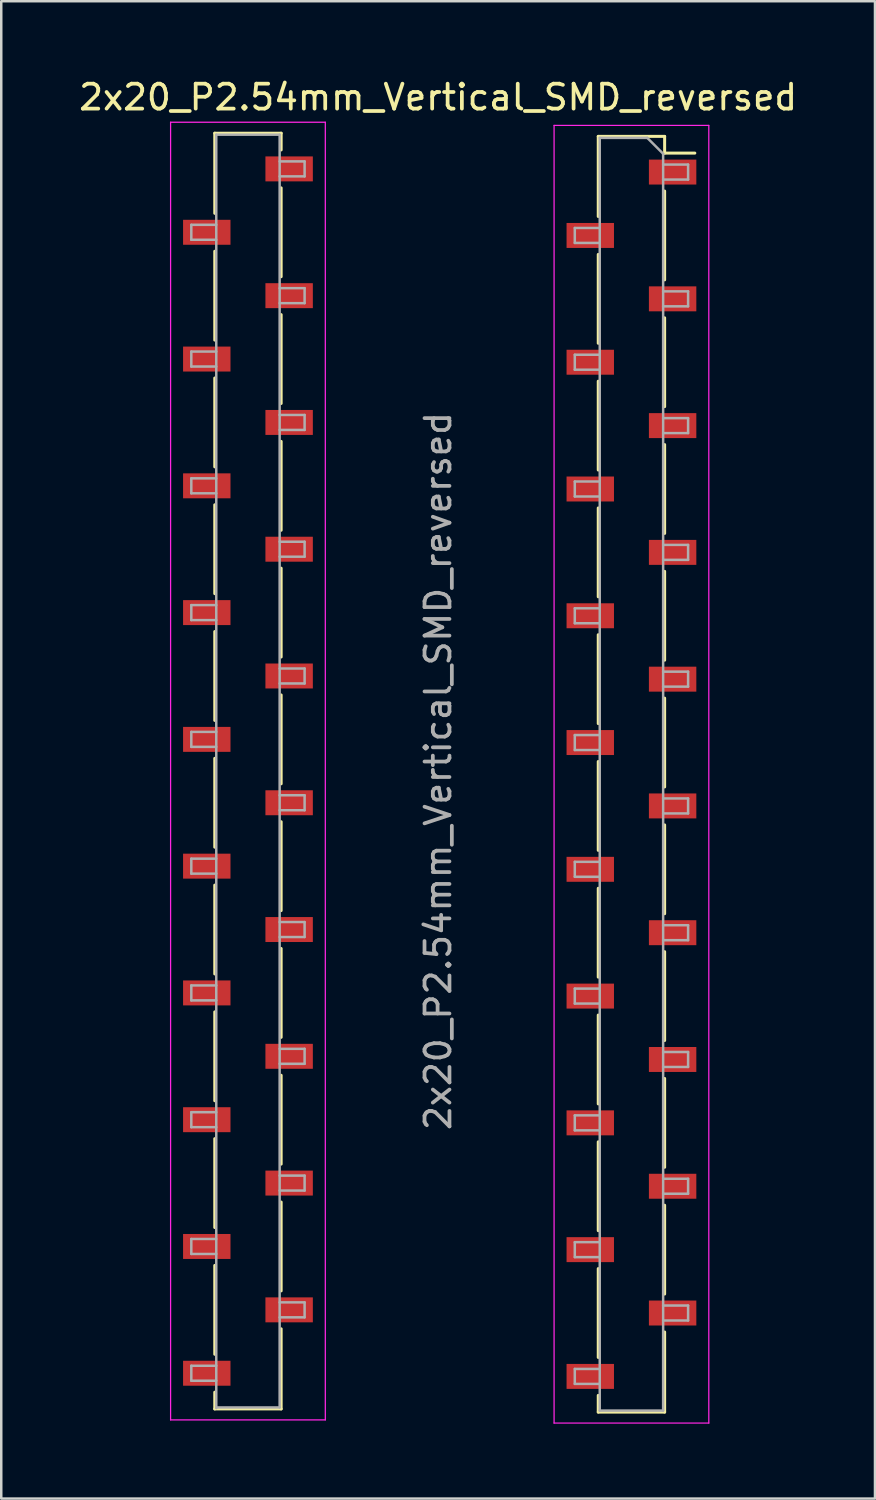
<source format=kicad_pcb>
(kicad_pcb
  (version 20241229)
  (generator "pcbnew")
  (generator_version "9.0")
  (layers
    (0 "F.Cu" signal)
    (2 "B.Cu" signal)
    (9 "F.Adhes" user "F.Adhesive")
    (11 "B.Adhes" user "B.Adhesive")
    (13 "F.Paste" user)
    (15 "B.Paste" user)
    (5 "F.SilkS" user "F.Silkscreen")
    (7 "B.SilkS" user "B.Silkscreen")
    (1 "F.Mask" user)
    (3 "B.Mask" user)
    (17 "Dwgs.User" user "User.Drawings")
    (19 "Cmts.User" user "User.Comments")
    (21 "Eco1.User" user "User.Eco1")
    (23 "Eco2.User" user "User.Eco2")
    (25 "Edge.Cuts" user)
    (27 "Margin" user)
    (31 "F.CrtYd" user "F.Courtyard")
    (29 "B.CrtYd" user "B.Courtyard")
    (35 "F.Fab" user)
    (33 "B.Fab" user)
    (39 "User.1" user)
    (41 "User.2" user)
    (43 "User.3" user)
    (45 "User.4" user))
  (footprint "2x20_P2.54mm_Vertical_SMD_reversed"
    (layer "F.Cu")
    (at 14.506 27.848)
    (property "Reference" "2x20_P2.54mm_Vertical_SMD_reversed" (at 0 -27 180) (layer "F.SilkS") (effects (font (size 1 1) (thickness 0.15))))
    (attr smd)
    (fp_line (start -8.95 -25.56) (end -6.29 -25.56) (stroke (width 0.12) (type solid)) (layer "F.SilkS"))
    (fp_line (start -8.95 -22.35) (end -8.95 -25.56) (stroke (width 0.12) (type solid)) (layer "F.SilkS"))
    (fp_line (start -8.95 -17.27) (end -8.95 -20.83) (stroke (width 0.12) (type solid)) (layer "F.SilkS"))
    (fp_line (start -8.95 -12.19) (end -8.95 -15.75) (stroke (width 0.12) (type solid)) (layer "F.SilkS"))
    (fp_line (start -8.95 -7.11) (end -8.95 -10.67) (stroke (width 0.12) (type solid)) (layer "F.SilkS"))
    (fp_line (start -8.95 -2.03) (end -8.95 -5.59) (stroke (width 0.12) (type solid)) (layer "F.SilkS"))
    (fp_line (start -8.95 3.05) (end -8.95 -0.51) (stroke (width 0.12) (type solid)) (layer "F.SilkS"))
    (fp_line (start -8.95 8.13) (end -8.95 4.57) (stroke (width 0.12) (type solid)) (layer "F.SilkS"))
    (fp_line (start -8.95 13.21) (end -8.95 9.65) (stroke (width 0.12) (type solid)) (layer "F.SilkS"))
    (fp_line (start -8.95 18.29) (end -8.95 14.73) (stroke (width 0.12) (type solid)) (layer "F.SilkS"))
    (fp_line (start -8.95 23.37) (end -8.95 19.81) (stroke (width 0.12) (type solid)) (layer "F.SilkS"))
    (fp_line (start -8.95 25.56) (end -8.95 24.89) (stroke (width 0.12) (type solid)) (layer "F.SilkS"))
    (fp_line (start -8.95 25.56) (end -6.29 25.56) (stroke (width 0.12) (type solid)) (layer "F.SilkS"))
    (fp_line (start -6.29 -24.89) (end -6.29 -25.56) (stroke (width 0.12) (type solid)) (layer "F.SilkS"))
    (fp_line (start -6.29 -19.81) (end -6.29 -23.37) (stroke (width 0.12) (type solid)) (layer "F.SilkS"))
    (fp_line (start -6.29 -14.73) (end -6.29 -18.29) (stroke (width 0.12) (type solid)) (layer "F.SilkS"))
    (fp_line (start -6.29 -9.65) (end -6.29 -13.21) (stroke (width 0.12) (type solid)) (layer "F.SilkS"))
    (fp_line (start -6.29 -4.57) (end -6.29 -8.13) (stroke (width 0.12) (type solid)) (layer "F.SilkS"))
    (fp_line (start -6.29 0.51) (end -6.29 -3.05) (stroke (width 0.12) (type solid)) (layer "F.SilkS"))
    (fp_line (start -6.29 5.59) (end -6.29 2.03) (stroke (width 0.12) (type solid)) (layer "F.SilkS"))
    (fp_line (start -6.29 10.67) (end -6.29 7.11) (stroke (width 0.12) (type solid)) (layer "F.SilkS"))
    (fp_line (start -6.29 15.75) (end -6.29 12.19) (stroke (width 0.12) (type solid)) (layer "F.SilkS"))
    (fp_line (start -6.29 20.83) (end -6.29 17.27) (stroke (width 0.12) (type solid)) (layer "F.SilkS"))
    (fp_line (start -6.29 25.56) (end -6.29 22.35) (stroke (width 0.12) (type solid)) (layer "F.SilkS"))
    (fp_line (start 6.417 -25.433) (end 6.417 -22.223) (stroke (width 0.12) (type solid)) (layer "F.SilkS"))
    (fp_line (start 6.417 -20.703) (end 6.417 -17.143) (stroke (width 0.12) (type solid)) (layer "F.SilkS"))
    (fp_line (start 6.417 -15.623) (end 6.417 -12.063) (stroke (width 0.12) (type solid)) (layer "F.SilkS"))
    (fp_line (start 6.417 -10.543) (end 6.417 -6.983) (stroke (width 0.12) (type solid)) (layer "F.SilkS"))
    (fp_line (start 6.417 -5.463) (end 6.417 -1.903) (stroke (width 0.12) (type solid)) (layer "F.SilkS"))
    (fp_line (start 6.417 -0.383) (end 6.417 3.177) (stroke (width 0.12) (type solid)) (layer "F.SilkS"))
    (fp_line (start 6.417 4.697) (end 6.417 8.257) (stroke (width 0.12) (type solid)) (layer "F.SilkS"))
    (fp_line (start 6.417 9.777) (end 6.417 13.337) (stroke (width 0.12) (type solid)) (layer "F.SilkS"))
    (fp_line (start 6.417 14.857) (end 6.417 18.417) (stroke (width 0.12) (type solid)) (layer "F.SilkS"))
    (fp_line (start 6.417 19.937) (end 6.417 23.497) (stroke (width 0.12) (type solid)) (layer "F.SilkS"))
    (fp_line (start 6.417 25.017) (end 6.417 25.687) (stroke (width 0.12) (type solid)) (layer "F.SilkS"))
    (fp_line (start 9.077 -25.433) (end 6.417 -25.433) (stroke (width 0.12) (type solid)) (layer "F.SilkS"))
    (fp_line (start 9.077 -25.433) (end 9.077 -24.763) (stroke (width 0.12) (type solid)) (layer "F.SilkS"))
    (fp_line (start 9.077 -23.243) (end 9.077 -19.683) (stroke (width 0.12) (type solid)) (layer "F.SilkS"))
    (fp_line (start 9.077 -18.163) (end 9.077 -14.603) (stroke (width 0.12) (type solid)) (layer "F.SilkS"))
    (fp_line (start 9.077 -13.083) (end 9.077 -9.523) (stroke (width 0.12) (type solid)) (layer "F.SilkS"))
    (fp_line (start 9.077 -8.003) (end 9.077 -4.443) (stroke (width 0.12) (type solid)) (layer "F.SilkS"))
    (fp_line (start 9.077 -2.923) (end 9.077 0.637) (stroke (width 0.12) (type solid)) (layer "F.SilkS"))
    (fp_line (start 9.077 2.157) (end 9.077 5.717) (stroke (width 0.12) (type solid)) (layer "F.SilkS"))
    (fp_line (start 9.077 7.237) (end 9.077 10.797) (stroke (width 0.12) (type solid)) (layer "F.SilkS"))
    (fp_line (start 9.077 12.317) (end 9.077 15.877) (stroke (width 0.12) (type solid)) (layer "F.SilkS"))
    (fp_line (start 9.077 17.397) (end 9.077 20.957) (stroke (width 0.12) (type solid)) (layer "F.SilkS"))
    (fp_line (start 9.077 22.477) (end 9.077 25.687) (stroke (width 0.12) (type solid)) (layer "F.SilkS"))
    (fp_line (start 9.077 25.687) (end 6.417 25.687) (stroke (width 0.12) (type solid)) (layer "F.SilkS"))
    (fp_line (start 10.287 -24.763) (end 9.077 -24.763) (stroke (width 0.12) (type solid)) (layer "F.SilkS"))
    (fp_line (start -10.72 -26) (end -10.72 26) (stroke (width 0.05) (type solid)) (layer "F.CrtYd"))
    (fp_line (start -10.72 26) (end -4.52 26) (stroke (width 0.05) (type solid)) (layer "F.CrtYd"))
    (fp_line (start -4.52 -26) (end -10.72 -26) (stroke (width 0.05) (type solid)) (layer "F.CrtYd"))
    (fp_line (start -4.52 26) (end -4.52 -26) (stroke (width 0.05) (type solid)) (layer "F.CrtYd"))
    (fp_line (start 4.647 -25.873) (end 4.647 26.127) (stroke (width 0.05) (type solid)) (layer "F.CrtYd"))
    (fp_line (start 4.647 26.127) (end 10.847 26.127) (stroke (width 0.05) (type solid)) (layer "F.CrtYd"))
    (fp_line (start 10.847 -25.873) (end 4.647 -25.873) (stroke (width 0.05) (type solid)) (layer "F.CrtYd"))
    (fp_line (start 10.847 26.127) (end 10.847 -25.873) (stroke (width 0.05) (type solid)) (layer "F.CrtYd"))
    (fp_line (start -9.89 -21.89) (end -9.89 -21.29) (stroke (width 0.1) (type solid)) (layer "F.Fab"))
    (fp_line (start -9.89 -21.29) (end -8.89 -21.29) (stroke (width 0.1) (type solid)) (layer "F.Fab"))
    (fp_line (start -9.89 -16.81) (end -9.89 -16.21) (stroke (width 0.1) (type solid)) (layer "F.Fab"))
    (fp_line (start -9.89 -16.21) (end -8.89 -16.21) (stroke (width 0.1) (type solid)) (layer "F.Fab"))
    (fp_line (start -9.89 -11.73) (end -9.89 -11.13) (stroke (width 0.1) (type solid)) (layer "F.Fab"))
    (fp_line (start -9.89 -11.13) (end -8.89 -11.13) (stroke (width 0.1) (type solid)) (layer "F.Fab"))
    (fp_line (start -9.89 -6.65) (end -9.89 -6.05) (stroke (width 0.1) (type solid)) (layer "F.Fab"))
    (fp_line (start -9.89 -6.05) (end -8.89 -6.05) (stroke (width 0.1) (type solid)) (layer "F.Fab"))
    (fp_line (start -9.89 -1.57) (end -9.89 -0.97) (stroke (width 0.1) (type solid)) (layer "F.Fab"))
    (fp_line (start -9.89 -0.97) (end -8.89 -0.97) (stroke (width 0.1) (type solid)) (layer "F.Fab"))
    (fp_line (start -9.89 3.51) (end -9.89 4.11) (stroke (width 0.1) (type solid)) (layer "F.Fab"))
    (fp_line (start -9.89 4.11) (end -8.89 4.11) (stroke (width 0.1) (type solid)) (layer "F.Fab"))
    (fp_line (start -9.89 8.59) (end -9.89 9.19) (stroke (width 0.1) (type solid)) (layer "F.Fab"))
    (fp_line (start -9.89 9.19) (end -8.89 9.19) (stroke (width 0.1) (type solid)) (layer "F.Fab"))
    (fp_line (start -9.89 13.67) (end -9.89 14.27) (stroke (width 0.1) (type solid)) (layer "F.Fab"))
    (fp_line (start -9.89 14.27) (end -8.89 14.27) (stroke (width 0.1) (type solid)) (layer "F.Fab"))
    (fp_line (start -9.89 18.75) (end -9.89 19.35) (stroke (width 0.1) (type solid)) (layer "F.Fab"))
    (fp_line (start -9.89 19.35) (end -8.89 19.35) (stroke (width 0.1) (type solid)) (layer "F.Fab"))
    (fp_line (start -9.89 23.83) (end -9.89 24.43) (stroke (width 0.1) (type solid)) (layer "F.Fab"))
    (fp_line (start -9.89 24.43) (end -8.89 24.43) (stroke (width 0.1) (type solid)) (layer "F.Fab"))
    (fp_line (start -8.89 -25.5) (end -8.89 25.527) (stroke (width 0.1) (type solid)) (layer "F.Fab"))
    (fp_line (start -8.89 -21.89) (end -9.89 -21.89) (stroke (width 0.1) (type solid)) (layer "F.Fab"))
    (fp_line (start -8.89 -16.81) (end -9.89 -16.81) (stroke (width 0.1) (type solid)) (layer "F.Fab"))
    (fp_line (start -8.89 -11.73) (end -9.89 -11.73) (stroke (width 0.1) (type solid)) (layer "F.Fab"))
    (fp_line (start -8.89 -6.65) (end -9.89 -6.65) (stroke (width 0.1) (type solid)) (layer "F.Fab"))
    (fp_line (start -8.89 -1.57) (end -9.89 -1.57) (stroke (width 0.1) (type solid)) (layer "F.Fab"))
    (fp_line (start -8.89 3.51) (end -9.89 3.51) (stroke (width 0.1) (type solid)) (layer "F.Fab"))
    (fp_line (start -8.89 8.59) (end -9.89 8.59) (stroke (width 0.1) (type solid)) (layer "F.Fab"))
    (fp_line (start -8.89 13.67) (end -9.89 13.67) (stroke (width 0.1) (type solid)) (layer "F.Fab"))
    (fp_line (start -8.89 18.75) (end -9.89 18.75) (stroke (width 0.1) (type solid)) (layer "F.Fab"))
    (fp_line (start -8.89 23.83) (end -9.89 23.83) (stroke (width 0.1) (type solid)) (layer "F.Fab"))
    (fp_line (start -8.89 25.5) (end -6.35 25.5) (stroke (width 0.1) (type solid)) (layer "F.Fab"))
    (fp_line (start -6.35 -25.5) (end -8.89 -25.5) (stroke (width 0.1) (type solid)) (layer "F.Fab"))
    (fp_line (start -6.35 -23.83) (end -5.35 -23.83) (stroke (width 0.1) (type solid)) (layer "F.Fab"))
    (fp_line (start -6.35 -18.75) (end -5.35 -18.75) (stroke (width 0.1) (type solid)) (layer "F.Fab"))
    (fp_line (start -6.35 -13.67) (end -5.35 -13.67) (stroke (width 0.1) (type solid)) (layer "F.Fab"))
    (fp_line (start -6.35 -8.59) (end -5.35 -8.59) (stroke (width 0.1) (type solid)) (layer "F.Fab"))
    (fp_line (start -6.35 -3.51) (end -5.35 -3.51) (stroke (width 0.1) (type solid)) (layer "F.Fab"))
    (fp_line (start -6.35 1.57) (end -5.35 1.57) (stroke (width 0.1) (type solid)) (layer "F.Fab"))
    (fp_line (start -6.35 6.65) (end -5.35 6.65) (stroke (width 0.1) (type solid)) (layer "F.Fab"))
    (fp_line (start -6.35 11.73) (end -5.35 11.73) (stroke (width 0.1) (type solid)) (layer "F.Fab"))
    (fp_line (start -6.35 16.81) (end -5.35 16.81) (stroke (width 0.1) (type solid)) (layer "F.Fab"))
    (fp_line (start -6.35 21.89) (end -5.35 21.89) (stroke (width 0.1) (type solid)) (layer "F.Fab"))
    (fp_line (start -6.35 25.5) (end -6.35 -25.5) (stroke (width 0.1) (type solid)) (layer "F.Fab"))
    (fp_line (start -5.35 -24.43) (end -6.35 -24.43) (stroke (width 0.1) (type solid)) (layer "F.Fab"))
    (fp_line (start -5.35 -23.83) (end -5.35 -24.43) (stroke (width 0.1) (type solid)) (layer "F.Fab"))
    (fp_line (start -5.35 -19.35) (end -6.35 -19.35) (stroke (width 0.1) (type solid)) (layer "F.Fab"))
    (fp_line (start -5.35 -18.75) (end -5.35 -19.35) (stroke (width 0.1) (type solid)) (layer "F.Fab"))
    (fp_line (start -5.35 -14.27) (end -6.35 -14.27) (stroke (width 0.1) (type solid)) (layer "F.Fab"))
    (fp_line (start -5.35 -13.67) (end -5.35 -14.27) (stroke (width 0.1) (type solid)) (layer "F.Fab"))
    (fp_line (start -5.35 -9.19) (end -6.35 -9.19) (stroke (width 0.1) (type solid)) (layer "F.Fab"))
    (fp_line (start -5.35 -8.59) (end -5.35 -9.19) (stroke (width 0.1) (type solid)) (layer "F.Fab"))
    (fp_line (start -5.35 -4.11) (end -6.35 -4.11) (stroke (width 0.1) (type solid)) (layer "F.Fab"))
    (fp_line (start -5.35 -3.51) (end -5.35 -4.11) (stroke (width 0.1) (type solid)) (layer "F.Fab"))
    (fp_line (start -5.35 0.97) (end -6.35 0.97) (stroke (width 0.1) (type solid)) (layer "F.Fab"))
    (fp_line (start -5.35 1.57) (end -5.35 0.97) (stroke (width 0.1) (type solid)) (layer "F.Fab"))
    (fp_line (start -5.35 6.05) (end -6.35 6.05) (stroke (width 0.1) (type solid)) (layer "F.Fab"))
    (fp_line (start -5.35 6.65) (end -5.35 6.05) (stroke (width 0.1) (type solid)) (layer "F.Fab"))
    (fp_line (start -5.35 11.13) (end -6.35 11.13) (stroke (width 0.1) (type solid)) (layer "F.Fab"))
    (fp_line (start -5.35 11.73) (end -5.35 11.13) (stroke (width 0.1) (type solid)) (layer "F.Fab"))
    (fp_line (start -5.35 16.21) (end -6.35 16.21) (stroke (width 0.1) (type solid)) (layer "F.Fab"))
    (fp_line (start -5.35 16.81) (end -5.35 16.21) (stroke (width 0.1) (type solid)) (layer "F.Fab"))
    (fp_line (start -5.35 21.29) (end -6.35 21.29) (stroke (width 0.1) (type solid)) (layer "F.Fab"))
    (fp_line (start -5.35 21.89) (end -5.35 21.29) (stroke (width 0.1) (type solid)) (layer "F.Fab"))
    (fp_line (start 5.477 -21.763) (end 5.477 -21.163) (stroke (width 0.1) (type solid)) (layer "F.Fab"))
    (fp_line (start 5.477 -21.163) (end 6.477 -21.163) (stroke (width 0.1) (type solid)) (layer "F.Fab"))
    (fp_line (start 5.477 -16.683) (end 5.477 -16.083) (stroke (width 0.1) (type solid)) (layer "F.Fab"))
    (fp_line (start 5.477 -16.083) (end 6.477 -16.083) (stroke (width 0.1) (type solid)) (layer "F.Fab"))
    (fp_line (start 5.477 -11.603) (end 5.477 -11.003) (stroke (width 0.1) (type solid)) (layer "F.Fab"))
    (fp_line (start 5.477 -11.003) (end 6.477 -11.003) (stroke (width 0.1) (type solid)) (layer "F.Fab"))
    (fp_line (start 5.477 -6.523) (end 5.477 -5.923) (stroke (width 0.1) (type solid)) (layer "F.Fab"))
    (fp_line (start 5.477 -5.923) (end 6.477 -5.923) (stroke (width 0.1) (type solid)) (layer "F.Fab"))
    (fp_line (start 5.477 -1.443) (end 5.477 -0.843) (stroke (width 0.1) (type solid)) (layer "F.Fab"))
    (fp_line (start 5.477 -0.843) (end 6.477 -0.843) (stroke (width 0.1) (type solid)) (layer "F.Fab"))
    (fp_line (start 5.477 3.637) (end 5.477 4.237) (stroke (width 0.1) (type solid)) (layer "F.Fab"))
    (fp_line (start 5.477 4.237) (end 6.477 4.237) (stroke (width 0.1) (type solid)) (layer "F.Fab"))
    (fp_line (start 5.477 8.717) (end 5.477 9.317) (stroke (width 0.1) (type solid)) (layer "F.Fab"))
    (fp_line (start 5.477 9.317) (end 6.477 9.317) (stroke (width 0.1) (type solid)) (layer "F.Fab"))
    (fp_line (start 5.477 13.797) (end 5.477 14.397) (stroke (width 0.1) (type solid)) (layer "F.Fab"))
    (fp_line (start 5.477 14.397) (end 6.477 14.397) (stroke (width 0.1) (type solid)) (layer "F.Fab"))
    (fp_line (start 5.477 18.877) (end 5.477 19.477) (stroke (width 0.1) (type solid)) (layer "F.Fab"))
    (fp_line (start 5.477 19.477) (end 6.477 19.477) (stroke (width 0.1) (type solid)) (layer "F.Fab"))
    (fp_line (start 5.477 23.957) (end 5.477 24.557) (stroke (width 0.1) (type solid)) (layer "F.Fab"))
    (fp_line (start 5.477 24.557) (end 6.477 24.557) (stroke (width 0.1) (type solid)) (layer "F.Fab"))
    (fp_line (start 6.477 -25.373) (end 6.477 25.627) (stroke (width 0.1) (type solid)) (layer "F.Fab"))
    (fp_line (start 6.477 -21.763) (end 5.477 -21.763) (stroke (width 0.1) (type solid)) (layer "F.Fab"))
    (fp_line (start 6.477 -16.683) (end 5.477 -16.683) (stroke (width 0.1) (type solid)) (layer "F.Fab"))
    (fp_line (start 6.477 -11.603) (end 5.477 -11.603) (stroke (width 0.1) (type solid)) (layer "F.Fab"))
    (fp_line (start 6.477 -6.523) (end 5.477 -6.523) (stroke (width 0.1) (type solid)) (layer "F.Fab"))
    (fp_line (start 6.477 -1.443) (end 5.477 -1.443) (stroke (width 0.1) (type solid)) (layer "F.Fab"))
    (fp_line (start 6.477 3.637) (end 5.477 3.637) (stroke (width 0.1) (type solid)) (layer "F.Fab"))
    (fp_line (start 6.477 8.717) (end 5.477 8.717) (stroke (width 0.1) (type solid)) (layer "F.Fab"))
    (fp_line (start 6.477 13.797) (end 5.477 13.797) (stroke (width 0.1) (type solid)) (layer "F.Fab"))
    (fp_line (start 6.477 18.877) (end 5.477 18.877) (stroke (width 0.1) (type solid)) (layer "F.Fab"))
    (fp_line (start 6.477 23.957) (end 5.477 23.957) (stroke (width 0.1) (type solid)) (layer "F.Fab"))
    (fp_line (start 6.477 25.627) (end 9.017 25.627) (stroke (width 0.1) (type solid)) (layer "F.Fab"))
    (fp_line (start 8.382 -25.373) (end 6.477 -25.373) (stroke (width 0.1) (type solid)) (layer "F.Fab"))
    (fp_line (start 9.017 -24.738) (end 8.382 -25.373) (stroke (width 0.1) (type solid)) (layer "F.Fab"))
    (fp_line (start 9.017 -23.703) (end 10.017 -23.703) (stroke (width 0.1) (type solid)) (layer "F.Fab"))
    (fp_line (start 9.017 -18.623) (end 10.017 -18.623) (stroke (width 0.1) (type solid)) (layer "F.Fab"))
    (fp_line (start 9.017 -13.543) (end 10.017 -13.543) (stroke (width 0.1) (type solid)) (layer "F.Fab"))
    (fp_line (start 9.017 -8.463) (end 10.017 -8.463) (stroke (width 0.1) (type solid)) (layer "F.Fab"))
    (fp_line (start 9.017 -3.383) (end 10.017 -3.383) (stroke (width 0.1) (type solid)) (layer "F.Fab"))
    (fp_line (start 9.017 1.697) (end 10.017 1.697) (stroke (width 0.1) (type solid)) (layer "F.Fab"))
    (fp_line (start 9.017 6.777) (end 10.017 6.777) (stroke (width 0.1) (type solid)) (layer "F.Fab"))
    (fp_line (start 9.017 11.857) (end 10.017 11.857) (stroke (width 0.1) (type solid)) (layer "F.Fab"))
    (fp_line (start 9.017 16.937) (end 10.017 16.937) (stroke (width 0.1) (type solid)) (layer "F.Fab"))
    (fp_line (start 9.017 22.017) (end 10.017 22.017) (stroke (width 0.1) (type solid)) (layer "F.Fab"))
    (fp_line (start 9.017 25.627) (end 9.017 -24.738) (stroke (width 0.1) (type solid)) (layer "F.Fab"))
    (fp_line (start 10.017 -24.303) (end 9.017 -24.303) (stroke (width 0.1) (type solid)) (layer "F.Fab"))
    (fp_line (start 10.017 -23.703) (end 10.017 -24.303) (stroke (width 0.1) (type solid)) (layer "F.Fab"))
    (fp_line (start 10.017 -19.223) (end 9.017 -19.223) (stroke (width 0.1) (type solid)) (layer "F.Fab"))
    (fp_line (start 10.017 -18.623) (end 10.017 -19.223) (stroke (width 0.1) (type solid)) (layer "F.Fab"))
    (fp_line (start 10.017 -14.143) (end 9.017 -14.143) (stroke (width 0.1) (type solid)) (layer "F.Fab"))
    (fp_line (start 10.017 -13.543) (end 10.017 -14.143) (stroke (width 0.1) (type solid)) (layer "F.Fab"))
    (fp_line (start 10.017 -9.063) (end 9.017 -9.063) (stroke (width 0.1) (type solid)) (layer "F.Fab"))
    (fp_line (start 10.017 -8.463) (end 10.017 -9.063) (stroke (width 0.1) (type solid)) (layer "F.Fab"))
    (fp_line (start 10.017 -3.983) (end 9.017 -3.983) (stroke (width 0.1) (type solid)) (layer "F.Fab"))
    (fp_line (start 10.017 -3.383) (end 10.017 -3.983) (stroke (width 0.1) (type solid)) (layer "F.Fab"))
    (fp_line (start 10.017 1.097) (end 9.017 1.097) (stroke (width 0.1) (type solid)) (layer "F.Fab"))
    (fp_line (start 10.017 1.697) (end 10.017 1.097) (stroke (width 0.1) (type solid)) (layer "F.Fab"))
    (fp_line (start 10.017 6.177) (end 9.017 6.177) (stroke (width 0.1) (type solid)) (layer "F.Fab"))
    (fp_line (start 10.017 6.777) (end 10.017 6.177) (stroke (width 0.1) (type solid)) (layer "F.Fab"))
    (fp_line (start 10.017 11.257) (end 9.017 11.257) (stroke (width 0.1) (type solid)) (layer "F.Fab"))
    (fp_line (start 10.017 11.857) (end 10.017 11.257) (stroke (width 0.1) (type solid)) (layer "F.Fab"))
    (fp_line (start 10.017 16.337) (end 9.017 16.337) (stroke (width 0.1) (type solid)) (layer "F.Fab"))
    (fp_line (start 10.017 16.937) (end 10.017 16.337) (stroke (width 0.1) (type solid)) (layer "F.Fab"))
    (fp_line (start 10.017 21.417) (end 9.017 21.417) (stroke (width 0.1) (type solid)) (layer "F.Fab"))
    (fp_line (start 10.017 22.017) (end 10.017 21.417) (stroke (width 0.1) (type solid)) (layer "F.Fab"))
    (fp_text user "${REFERENCE}" (at 0 0 90) (layer "F.Fab") (effects (font (size 1 1) (thickness 0.15))))
    (pad "1" smd rect (at 9.397 -24.003) (size 1.9 1) (layers "F.Cu" "F.Mask" "F.Paste"))
    (pad "2" smd rect (at 6.097 -21.463) (size 1.9 1) (layers "F.Cu" "F.Mask" "F.Paste"))
    (pad "3" smd rect (at 9.397 -18.923) (size 1.9 1) (layers "F.Cu" "F.Mask" "F.Paste"))
    (pad "4" smd rect (at 6.097 -16.383) (size 1.9 1) (layers "F.Cu" "F.Mask" "F.Paste"))
    (pad "5" smd rect (at 9.397 -13.843) (size 1.9 1) (layers "F.Cu" "F.Mask" "F.Paste"))
    (pad "6" smd rect (at 6.097 -11.303) (size 1.9 1) (layers "F.Cu" "F.Mask" "F.Paste"))
    (pad "7" smd rect (at 9.397 -8.763) (size 1.9 1) (layers "F.Cu" "F.Mask" "F.Paste"))
    (pad "8" smd rect (at 6.097 -6.223) (size 1.9 1) (layers "F.Cu" "F.Mask" "F.Paste"))
    (pad "9" smd rect (at 9.397 -3.683) (size 1.9 1) (layers "F.Cu" "F.Mask" "F.Paste"))
    (pad "10" smd rect (at 6.097 -1.143) (size 1.9 1) (layers "F.Cu" "F.Mask" "F.Paste"))
    (pad "11" smd rect (at 9.397 1.397) (size 1.9 1) (layers "F.Cu" "F.Mask" "F.Paste"))
    (pad "12" smd rect (at 6.097 3.937) (size 1.9 1) (layers "F.Cu" "F.Mask" "F.Paste"))
    (pad "13" smd rect (at 9.397 6.477) (size 1.9 1) (layers "F.Cu" "F.Mask" "F.Paste"))
    (pad "14" smd rect (at 6.097 9.017) (size 1.9 1) (layers "F.Cu" "F.Mask" "F.Paste"))
    (pad "15" smd rect (at 9.397 11.557) (size 1.9 1) (layers "F.Cu" "F.Mask" "F.Paste"))
    (pad "16" smd rect (at 6.097 14.097) (size 1.9 1) (layers "F.Cu" "F.Mask" "F.Paste"))
    (pad "17" smd rect (at 9.397 16.637) (size 1.9 1) (layers "F.Cu" "F.Mask" "F.Paste"))
    (pad "18" smd rect (at 6.097 19.177) (size 1.9 1) (layers "F.Cu" "F.Mask" "F.Paste"))
    (pad "19" smd rect (at 9.397 21.717) (size 1.9 1) (layers "F.Cu" "F.Mask" "F.Paste"))
    (pad "20" smd rect (at 6.097 24.257) (size 1.9 1) (layers "F.Cu" "F.Mask" "F.Paste"))
    (pad "21" smd rect (at -9.27 24.13 180) (size 1.9 1) (layers "F.Cu" "F.Mask" "F.Paste"))
    (pad "22" smd rect (at -5.97 21.59 180) (size 1.9 1) (layers "F.Cu" "F.Mask" "F.Paste"))
    (pad "23" smd rect (at -9.27 19.05 180) (size 1.9 1) (layers "F.Cu" "F.Mask" "F.Paste"))
    (pad "24" smd rect (at -5.97 16.51 180) (size 1.9 1) (layers "F.Cu" "F.Mask" "F.Paste"))
    (pad "25" smd rect (at -9.27 13.97 180) (size 1.9 1) (layers "F.Cu" "F.Mask" "F.Paste"))
    (pad "26" smd rect (at -5.97 11.43 180) (size 1.9 1) (layers "F.Cu" "F.Mask" "F.Paste"))
    (pad "27" smd rect (at -9.27 8.89 180) (size 1.9 1) (layers "F.Cu" "F.Mask" "F.Paste"))
    (pad "28" smd rect (at -5.97 6.35 180) (size 1.9 1) (layers "F.Cu" "F.Mask" "F.Paste"))
    (pad "29" smd rect (at -9.27 3.81 180) (size 1.9 1) (layers "F.Cu" "F.Mask" "F.Paste"))
    (pad "30" smd rect (at -5.97 1.27 180) (size 1.9 1) (layers "F.Cu" "F.Mask" "F.Paste"))
    (pad "31" smd rect (at -9.27 -1.27 180) (size 1.9 1) (layers "F.Cu" "F.Mask" "F.Paste"))
    (pad "32" smd rect (at -5.97 -3.81 180) (size 1.9 1) (layers "F.Cu" "F.Mask" "F.Paste"))
    (pad "33" smd rect (at -9.27 -6.35 180) (size 1.9 1) (layers "F.Cu" "F.Mask" "F.Paste"))
    (pad "34" smd rect (at -5.97 -8.89 180) (size 1.9 1) (layers "F.Cu" "F.Mask" "F.Paste"))
    (pad "35" smd rect (at -9.27 -11.43 180) (size 1.9 1) (layers "F.Cu" "F.Mask" "F.Paste"))
    (pad "36" smd rect (at -5.97 -13.97 180) (size 1.9 1) (layers "F.Cu" "F.Mask" "F.Paste"))
    (pad "37" smd rect (at -9.27 -16.51 180) (size 1.9 1) (layers "F.Cu" "F.Mask" "F.Paste"))
    (pad "38" smd rect (at -5.97 -19.05 180) (size 1.9 1) (layers "F.Cu" "F.Mask" "F.Paste"))
    (pad "39" smd rect (at -9.27 -21.59 180) (size 1.9 1) (layers "F.Cu" "F.Mask" "F.Paste"))
    (pad "40" smd rect (at -5.97 -24.13 180) (size 1.9 1) (layers "F.Cu" "F.Mask" "F.Paste")))
  (gr_rect
    (start -3 -3)
    (end 32.012 57)
    (stroke (width 0.1) (type default))
    (fill no)
    (layer "Edge.Cuts")))
</source>
